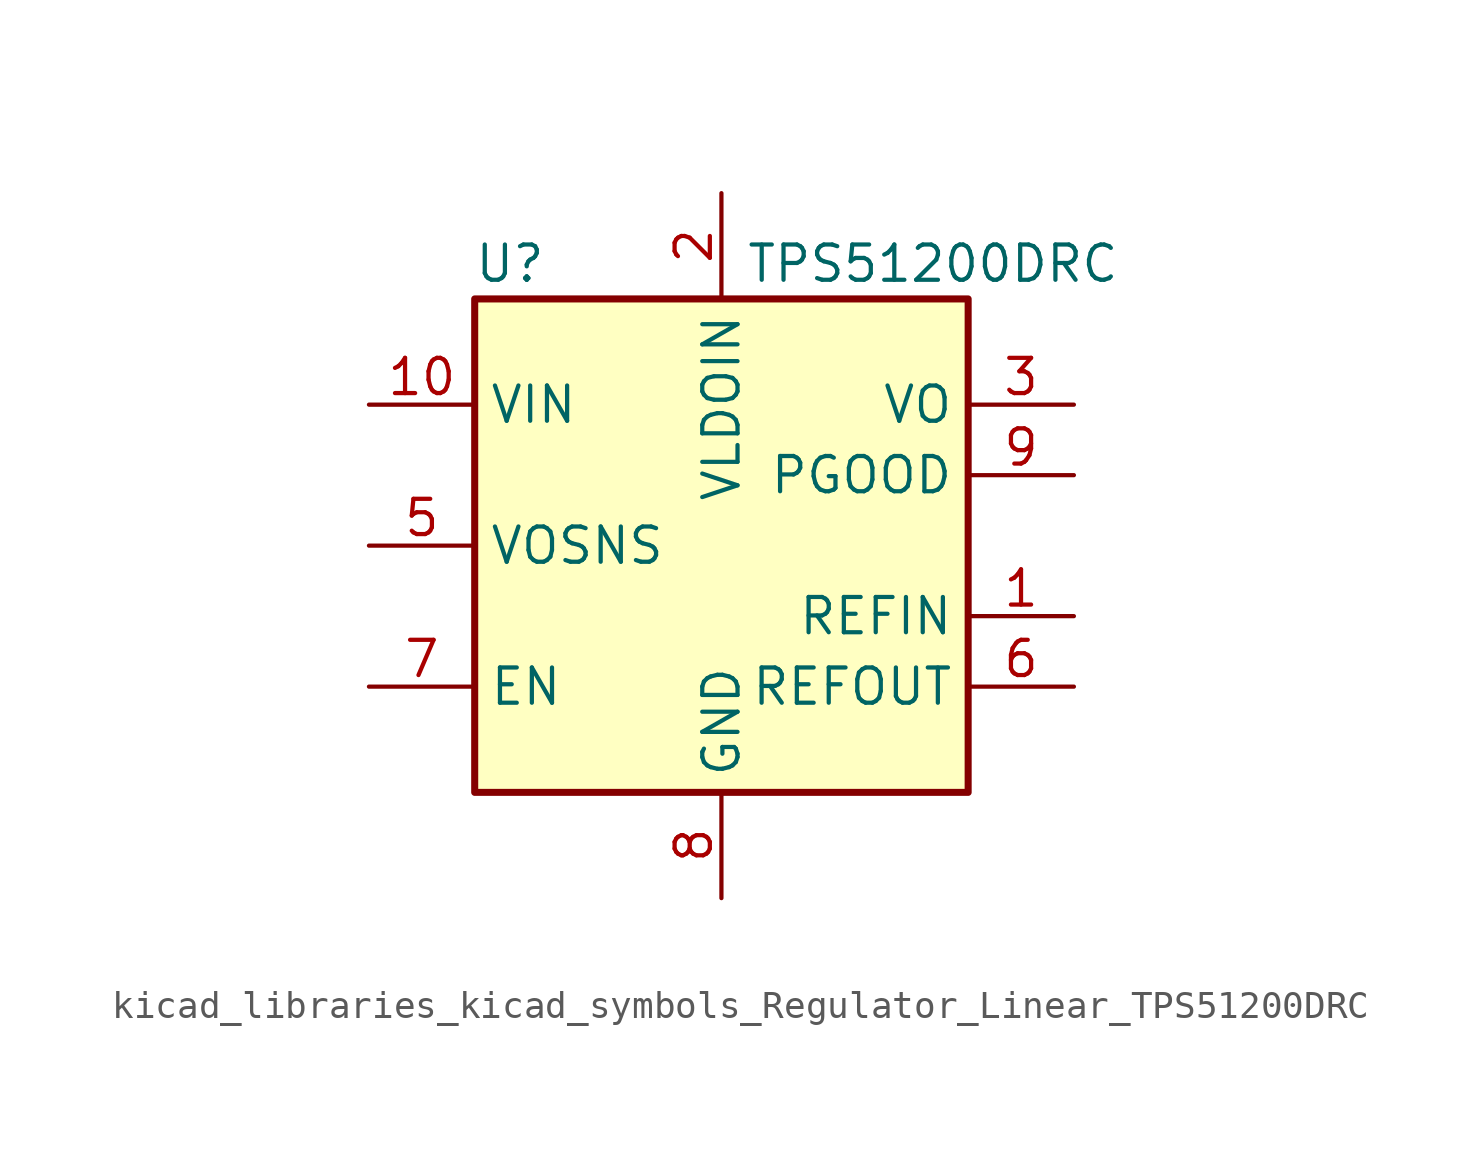
<source format=kicad_sym>
(kicad_symbol_lib
  (version 20220914)
  (generator kicad_symbol_editor)
  (symbol "kicad_libraries_kicad_symbols_Regulator_Linear_TPS51200DRC"
    (property "Reference" "U"
      (at -7.62 10.16 0)
      (effects (font (size 1.27 1.27))))
    (property "Value" "TPS51200DRC"
      (at 7.62 10.16 0)
      (effects (font (size 1.27 1.27))))
    (symbol "kicad_libraries_kicad_symbols_Regulator_Linear_TPS51200DRC_0_1"
      (rectangle (start -8.89 -8.89) (end 8.89 8.89) (stroke (width 0.254) (type default)) (fill (type background)))
      (pin input line (at 12.7 -2.54 180) (length 3.81) (name "REFIN" (effects (font (size 1.27 1.27)))) (number "1" (effects (font (size 1.27 1.27)))))
      (pin power_in line (at -12.7 5.08 0) (length 3.81) (name "VIN" (effects (font (size 1.27 1.27)))) (number "10" (effects (font (size 1.27 1.27)))))
      (pin passive line (at 0 -12.7 90) (length 3.81) hide (name "GND" (effects (font (size 1.27 1.27)))) (number "11" (effects (font (size 1.27 1.27)))))
      (pin power_in line (at 0 12.7 270) (length 3.81) (name "VLDOIN" (effects (font (size 1.27 1.27)))) (number "2" (effects (font (size 1.27 1.27)))))
      (pin power_out line (at 12.7 5.08 180) (length 3.81) (name "VO" (effects (font (size 1.27 1.27)))) (number "3" (effects (font (size 1.27 1.27)))))
      (pin passive line (at 0 -12.7 90) (length 3.81) hide (name "GND" (effects (font (size 1.27 1.27)))) (number "4" (effects (font (size 1.27 1.27)))))
      (pin input line (at -12.7 0 0) (length 3.81) (name "VOSNS" (effects (font (size 1.27 1.27)))) (number "5" (effects (font (size 1.27 1.27)))))
      (pin output line (at 12.7 -5.08 180) (length 3.81) (name "REFOUT" (effects (font (size 1.27 1.27)))) (number "6" (effects (font (size 1.27 1.27)))))
      (pin input line (at -12.7 -5.08 0) (length 3.81) (name "EN" (effects (font (size 1.27 1.27)))) (number "7" (effects (font (size 1.27 1.27)))))
      (pin power_in line (at 0 -12.7 90) (length 3.81) (name "GND" (effects (font (size 1.27 1.27)))) (number "8" (effects (font (size 1.27 1.27)))))
      (pin open_collector line (at 12.7 2.54 180) (length 3.81) (name "PGOOD" (effects (font (size 1.27 1.27)))) (number "9" (effects (font (size 1.27 1.27))))))))
</source>
